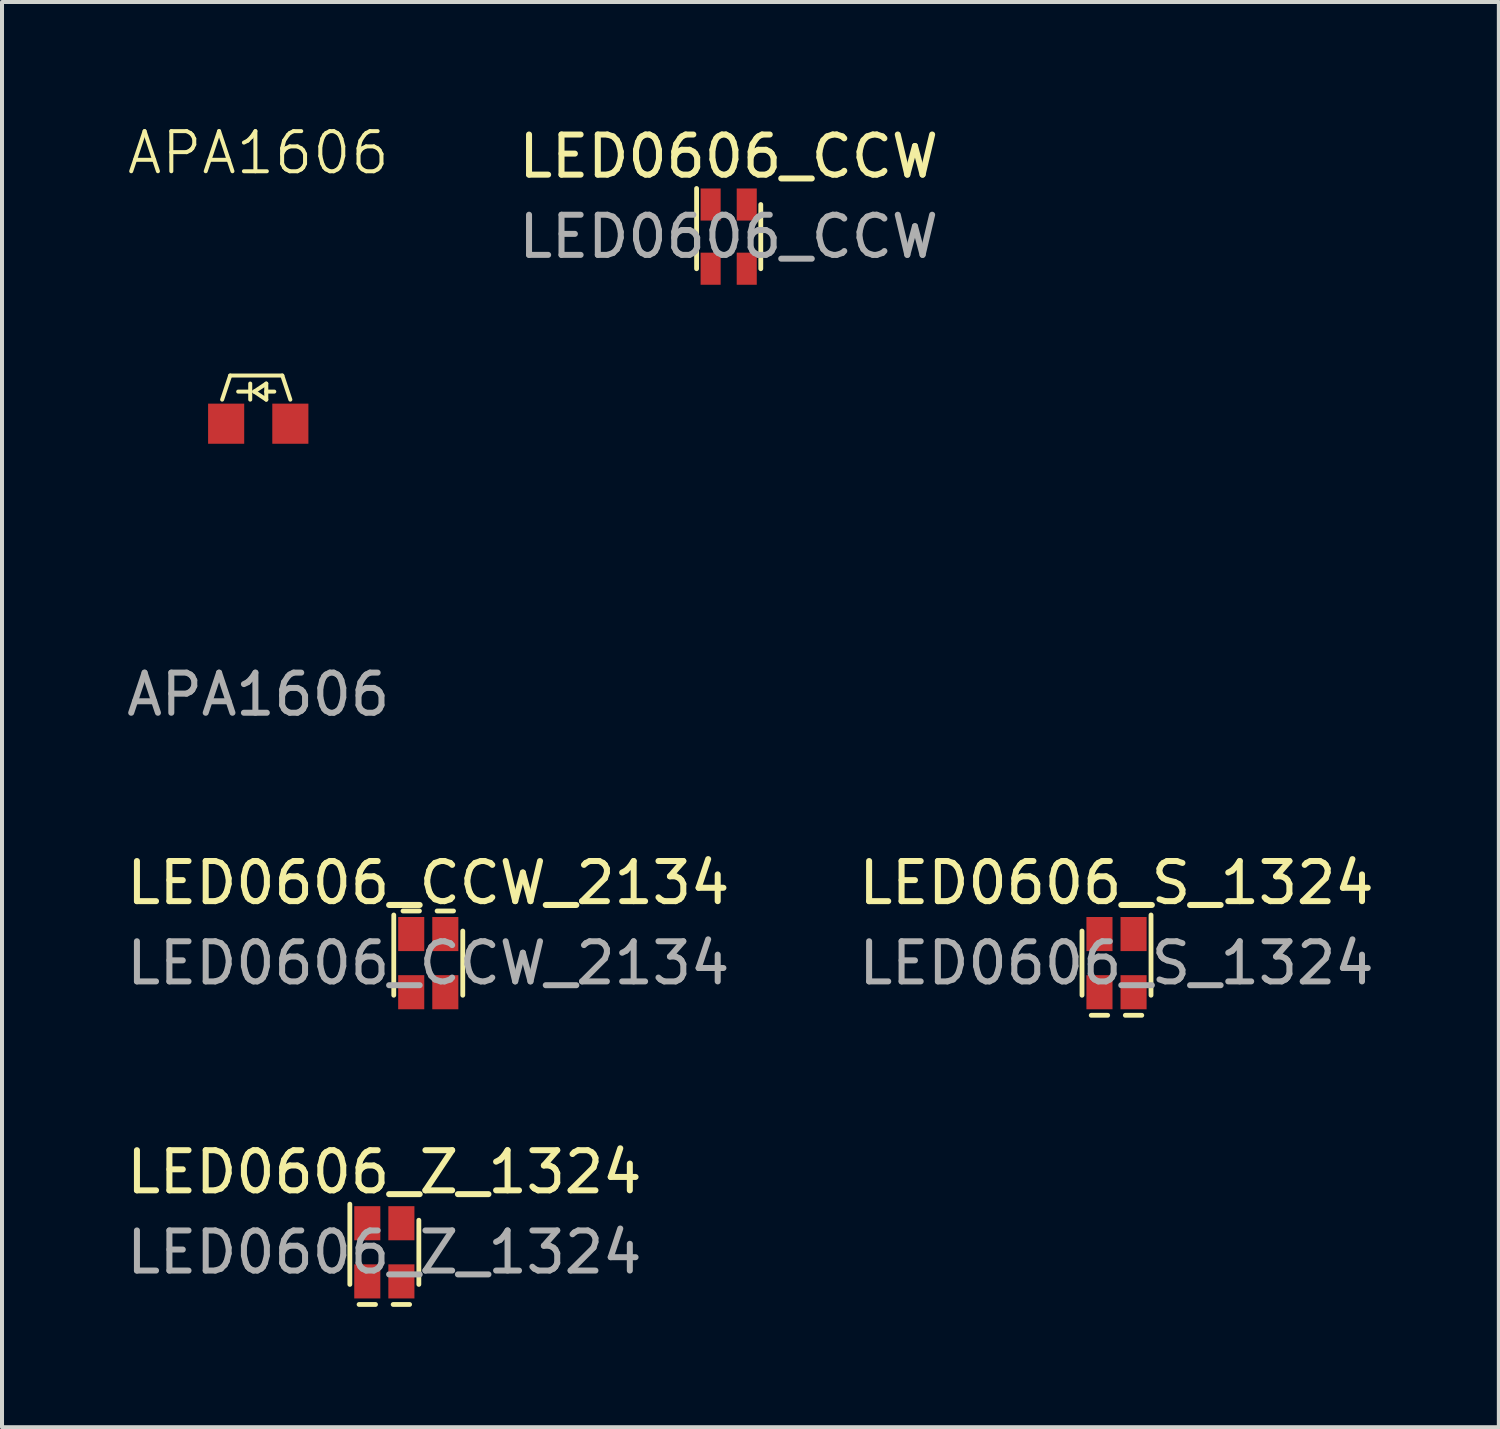
<source format=kicad_pcb>
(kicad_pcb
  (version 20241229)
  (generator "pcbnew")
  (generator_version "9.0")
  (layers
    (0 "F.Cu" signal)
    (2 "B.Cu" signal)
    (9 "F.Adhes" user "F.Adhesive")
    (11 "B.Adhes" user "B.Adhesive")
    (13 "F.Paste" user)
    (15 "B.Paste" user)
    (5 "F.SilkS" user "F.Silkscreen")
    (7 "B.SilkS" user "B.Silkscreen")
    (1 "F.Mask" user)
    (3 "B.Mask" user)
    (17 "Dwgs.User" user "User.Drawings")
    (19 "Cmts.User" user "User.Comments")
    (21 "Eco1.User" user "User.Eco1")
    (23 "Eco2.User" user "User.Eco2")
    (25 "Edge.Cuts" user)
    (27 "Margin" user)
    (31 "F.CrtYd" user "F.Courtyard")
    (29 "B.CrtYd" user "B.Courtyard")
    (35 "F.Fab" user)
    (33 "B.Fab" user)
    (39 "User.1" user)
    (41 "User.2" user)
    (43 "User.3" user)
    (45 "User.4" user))
  (footprint "APA1606"
    (layer "F.Cu")
    (at 3.387 7.511)
    (property "Reference" "APA1606" (at 0 -6.75 0) (unlocked yes) (layer "F.SilkS") (effects (font (size 1 1) (thickness 0.1))))
    (attr smd)
    (fp_line (start -0.9 -0.6) (end -0.7 -1.2) (stroke (width 0.1) (type default)) (layer "F.SilkS"))
    (fp_line (start -0.7 -1.2) (end 0.6 -1.2) (stroke (width 0.1) (type default)) (layer "F.SilkS"))
    (fp_line (start -0.2 -1) (end -0.2 -0.6) (stroke (width 0.1) (type default)) (layer "F.SilkS"))
    (fp_line (start -0.2 -0.8) (end -0.5 -0.8) (stroke (width 0.1) (type default)) (layer "F.SilkS"))
    (fp_line (start -0.1 -0.8) (end 0.2 -1) (stroke (width 0.1) (type default)) (layer "F.SilkS"))
    (fp_line (start 0.2 -1) (end 0.2 -0.6) (stroke (width 0.1) (type default)) (layer "F.SilkS"))
    (fp_line (start 0.2 -0.8) (end 0.4 -0.8) (stroke (width 0.1) (type default)) (layer "F.SilkS"))
    (fp_line (start 0.2 -0.6) (end -0.1 -0.8) (stroke (width 0.1) (type default)) (layer "F.SilkS"))
    (fp_line (start 0.6 -1.2) (end 0.8 -0.6) (stroke (width 0.1) (type default)) (layer "F.SilkS"))
    (fp_text user "${REFERENCE}" (at 0 6.75 0) (unlocked yes) (layer "F.Fab") (effects (font (size 1 1) (thickness 0.15))))
    (pad "1" smd rect (at -0.8 0) (size 0.9 1) (layers "F.Cu" "F.Mask" "F.Paste"))
    (pad "2" smd rect (at 0.8 0) (size 0.9 1) (layers "F.Cu" "F.Mask" "F.Paste")))
  (footprint "LED0606_CCW"
    (layer "F.Cu")
    (at 15.113 2.848)
    (property "Reference" "LED0606_CCW" (at 0 -2 0) (layer "F.SilkS") (effects (font (size 1 1) (thickness 0.15))))
    (attr smd)
    (fp_line (start -0.8 0.8) (end -0.8 -1.2) (stroke (width 0.12) (type solid)) (layer "F.SilkS"))
    (fp_line (start 0.8 -0.8) (end 0.8 0.8) (stroke (width 0.12) (type solid)) (layer "F.SilkS"))
    (fp_text user "${REFERENCE}" (at 0 0 0) (layer "F.Fab") (effects (font (size 1 1) (thickness 0.15))))
    (pad "1" smd rect (at -0.45 -0.8 180) (size 0.5 0.8) (layers "F.Cu" "F.Mask" "F.Paste"))
    (pad "2" smd rect (at -0.45 0.8) (size 0.5 0.8) (layers "F.Cu" "F.Mask" "F.Paste"))
    (pad "3" smd rect (at 0.45 0.8) (size 0.5 0.8) (layers "F.Cu" "F.Mask" "F.Paste"))
    (pad "4" smd rect (at 0.45 -0.8 180) (size 0.5 0.8) (layers "F.Cu" "F.Mask" "F.Paste")))
  (footprint "LED0606_S_1324"
    (layer "F.Cu")
    (at 24.78 20.957)
    (property "Reference" "LED0606_S_1324" (at 0 -2 0) (layer "F.SilkS") (effects (font (size 1 1) (thickness 0.15))))
    (attr smd)
    (fp_line (start -0.86 0.8) (end -0.86 -0.8) (stroke (width 0.12) (type solid)) (layer "F.SilkS"))
    (fp_line (start -0.63 1.3) (end -0.22 1.3) (stroke (width 0.12) (type solid)) (layer "F.SilkS"))
    (fp_line (start 0.22 1.3) (end 0.63 1.3) (stroke (width 0.12) (type solid)) (layer "F.SilkS"))
    (fp_line (start 0.86 -1.2) (end 0.86 0.8) (stroke (width 0.12) (type solid)) (layer "F.SilkS"))
    (fp_text user "${REFERENCE}" (at 0 0 0) (layer "F.Fab") (effects (font (size 1 1) (thickness 0.15))))
    (pad "1" smd rect (at 0.425 -0.725 180) (size 0.65 0.85) (layers "F.Cu" "F.Mask" "F.Paste"))
    (pad "2" smd rect (at -0.425 -0.725 180) (size 0.65 0.85) (layers "F.Cu" "F.Mask" "F.Paste"))
    (pad "3" smd rect (at 0.425 0.725) (size 0.65 0.85) (layers "F.Cu" "F.Mask" "F.Paste"))
    (pad "4" smd rect (at -0.425 0.725) (size 0.65 0.85) (layers "F.Cu" "F.Mask" "F.Paste")))
  (footprint "LED0606_Z_1324"
    (layer "F.Cu")
    (at 6.53 28.165)
    (property "Reference" "LED0606_Z_1324" (at 0 -2 0) (layer "F.SilkS") (effects (font (size 1 1) (thickness 0.15))))
    (attr smd)
    (fp_line (start -0.86 0.8) (end -0.86 -1.2) (stroke (width 0.12) (type solid)) (layer "F.SilkS"))
    (fp_line (start -0.63 1.3) (end -0.22 1.3) (stroke (width 0.12) (type solid)) (layer "F.SilkS"))
    (fp_line (start 0.22 1.3) (end 0.63 1.3) (stroke (width 0.12) (type solid)) (layer "F.SilkS"))
    (fp_line (start 0.86 -0.8) (end 0.86 0.8) (stroke (width 0.12) (type solid)) (layer "F.SilkS"))
    (fp_text user "${REFERENCE}" (at 0 0 0) (layer "F.Fab") (effects (font (size 1 1) (thickness 0.15))))
    (pad "1" smd rect (at -0.425 -0.725 180) (size 0.65 0.85) (layers "F.Cu" "F.Mask" "F.Paste"))
    (pad "2" smd rect (at 0.425 -0.725 180) (size 0.65 0.85) (layers "F.Cu" "F.Mask" "F.Paste"))
    (pad "3" smd rect (at -0.425 0.725) (size 0.65 0.85) (layers "F.Cu" "F.Mask" "F.Paste"))
    (pad "4" smd rect (at 0.425 0.725) (size 0.65 0.85) (layers "F.Cu" "F.Mask" "F.Paste")))
  (footprint "LED0606_CCW_2134"
    (layer "F.Cu")
    (at 7.625 20.957)
    (property "Reference" "LED0606_CCW_2134" (at 0 -2 0) (layer "F.SilkS") (effects (font (size 1 1) (thickness 0.15))))
    (attr smd)
    (fp_line (start -0.86 0.8) (end -0.86 -1.2) (stroke (width 0.12) (type solid)) (layer "F.SilkS"))
    (fp_line (start -0.22 -1.3) (end -0.63 -1.3) (stroke (width 0.12) (type solid)) (layer "F.SilkS"))
    (fp_line (start 0.63 -1.3) (end 0.22 -1.3) (stroke (width 0.12) (type solid)) (layer "F.SilkS"))
    (fp_line (start 0.86 -0.8) (end 0.86 0.8) (stroke (width 0.12) (type solid)) (layer "F.SilkS"))
    (fp_text user "${REFERENCE}" (at 0 0 0) (layer "F.Fab") (effects (font (size 1 1) (thickness 0.15))))
    (pad "1" smd rect (at -0.425 -0.725 180) (size 0.65 0.85) (layers "F.Cu" "F.Mask" "F.Paste"))
    (pad "2" smd rect (at -0.425 0.725) (size 0.65 0.85) (layers "F.Cu" "F.Mask" "F.Paste"))
    (pad "3" smd rect (at 0.425 0.725) (size 0.65 0.85) (layers "F.Cu" "F.Mask" "F.Paste"))
    (pad "4" smd rect (at 0.425 -0.725 180) (size 0.65 0.85) (layers "F.Cu" "F.Mask" "F.Paste")))
  (gr_rect
    (start -3 -3)
    (end 34.31 32.525)
    (stroke (width 0.1) (type default))
    (fill no)
    (layer "Edge.Cuts")))
</source>
